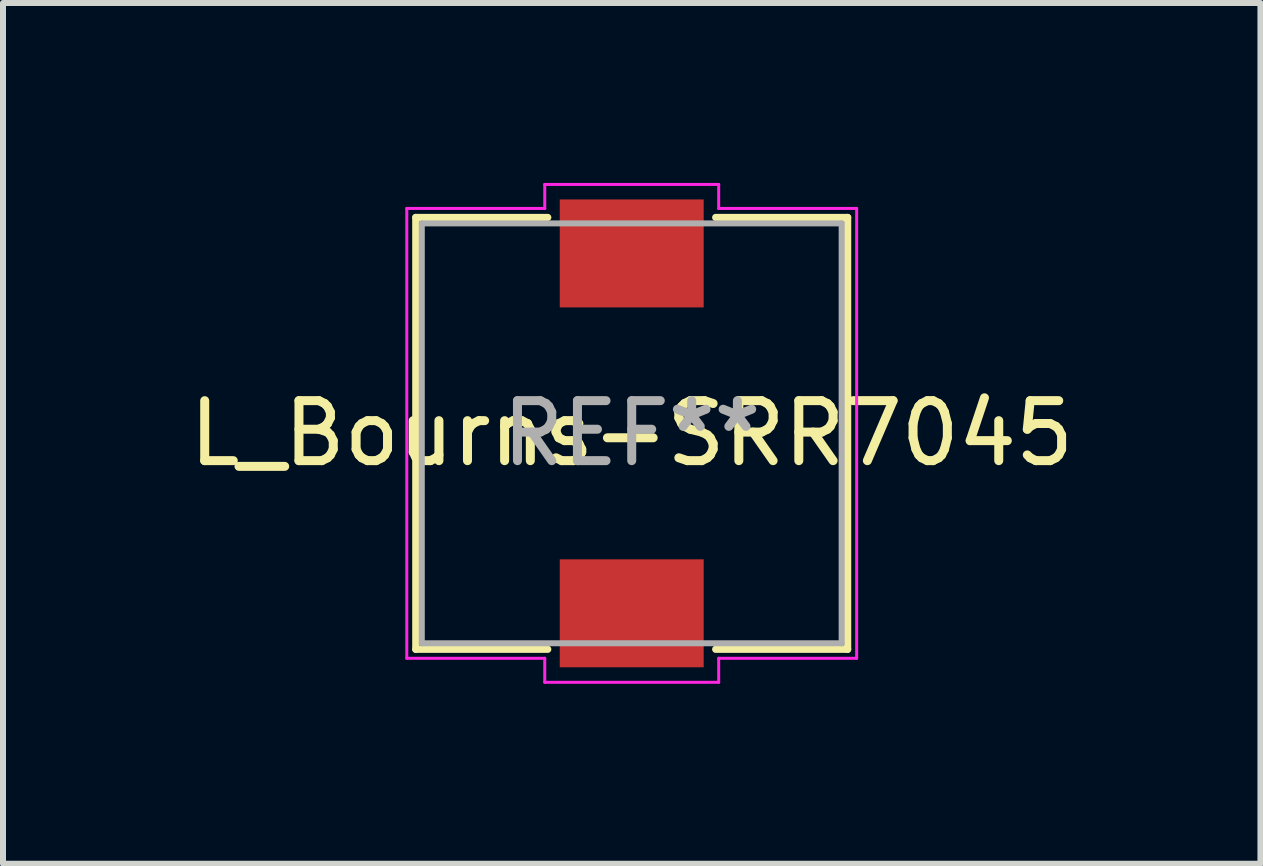
<source format=kicad_pcb>
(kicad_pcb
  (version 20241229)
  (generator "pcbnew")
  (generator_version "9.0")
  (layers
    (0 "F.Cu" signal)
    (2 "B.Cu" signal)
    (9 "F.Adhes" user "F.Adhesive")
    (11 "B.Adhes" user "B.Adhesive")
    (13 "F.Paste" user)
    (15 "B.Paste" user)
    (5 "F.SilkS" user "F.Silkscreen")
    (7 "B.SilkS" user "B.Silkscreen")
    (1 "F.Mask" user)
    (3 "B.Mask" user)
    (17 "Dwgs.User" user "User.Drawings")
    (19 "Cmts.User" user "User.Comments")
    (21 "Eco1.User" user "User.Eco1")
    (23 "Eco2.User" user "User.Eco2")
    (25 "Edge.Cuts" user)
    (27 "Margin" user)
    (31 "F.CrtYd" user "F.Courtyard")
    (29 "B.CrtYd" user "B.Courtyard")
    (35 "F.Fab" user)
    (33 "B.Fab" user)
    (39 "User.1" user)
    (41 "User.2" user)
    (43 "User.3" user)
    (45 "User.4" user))
  (footprint "L_Bourns-SRR7045"
    (layer "F.Cu")
    (at 7.482 4.175)
    (property "Reference" "L_Bourns-SRR7045" (at 0 0 0) (layer "F.SilkS") (effects (font (size 1 1) (thickness 0.15))))
    (attr smd)
    (fp_line (start -3.6 -3.6) (end -3.6 3.6) (stroke (width 0.12) (type solid)) (layer "F.SilkS"))
    (fp_line (start -3.6 -3.6) (end -1.4 -3.6) (stroke (width 0.12) (type solid)) (layer "F.SilkS"))
    (fp_line (start -3.6 3.6) (end -1.4 3.6) (stroke (width 0.12) (type solid)) (layer "F.SilkS"))
    (fp_line (start 1.4 3.6) (end 3.6 3.6) (stroke (width 0.12) (type solid)) (layer "F.SilkS"))
    (fp_line (start 3.6 -3.6) (end 1.4 -3.6) (stroke (width 0.12) (type solid)) (layer "F.SilkS"))
    (fp_line (start 3.6 3.6) (end 3.6 -3.6) (stroke (width 0.12) (type solid)) (layer "F.SilkS"))
    (fp_line (start -3.75 -3.75) (end -1.45 -3.75) (stroke (width 0.05) (type solid)) (layer "F.CrtYd"))
    (fp_line (start -3.75 3.75) (end -3.75 -3.75) (stroke (width 0.05) (type solid)) (layer "F.CrtYd"))
    (fp_line (start -1.45 -4.15) (end 1.45 -4.15) (stroke (width 0.05) (type solid)) (layer "F.CrtYd"))
    (fp_line (start -1.45 -3.75) (end -1.45 -4.15) (stroke (width 0.05) (type solid)) (layer "F.CrtYd"))
    (fp_line (start -1.45 3.75) (end -3.75 3.75) (stroke (width 0.05) (type solid)) (layer "F.CrtYd"))
    (fp_line (start -1.45 4.15) (end -1.45 3.75) (stroke (width 0.05) (type solid)) (layer "F.CrtYd"))
    (fp_line (start 1.45 -4.15) (end 1.45 -3.75) (stroke (width 0.05) (type solid)) (layer "F.CrtYd"))
    (fp_line (start 1.45 -3.75) (end 3.75 -3.75) (stroke (width 0.05) (type solid)) (layer "F.CrtYd"))
    (fp_line (start 1.45 3.75) (end 1.45 4.15) (stroke (width 0.05) (type solid)) (layer "F.CrtYd"))
    (fp_line (start 1.45 4.15) (end -1.45 4.15) (stroke (width 0.05) (type solid)) (layer "F.CrtYd"))
    (fp_line (start 3.75 -3.75) (end 3.75 3.75) (stroke (width 0.05) (type solid)) (layer "F.CrtYd"))
    (fp_line (start 3.75 3.75) (end 1.45 3.75) (stroke (width 0.05) (type solid)) (layer "F.CrtYd"))
    (fp_line (start -3.5 -3.5) (end 3.5 -3.5) (stroke (width 0.1) (type solid)) (layer "F.Fab"))
    (fp_line (start -3.5 3.5) (end -3.5 -3.5) (stroke (width 0.1) (type solid)) (layer "F.Fab"))
    (fp_line (start 3.5 -3.5) (end 3.5 3.5) (stroke (width 0.1) (type solid)) (layer "F.Fab"))
    (fp_line (start 3.5 3.5) (end -3.5 3.5) (stroke (width 0.1) (type solid)) (layer "F.Fab"))
    (fp_text user "REF**" (at 0 0 0) (layer "F.Fab") (effects (font (size 1 1) (thickness 0.15))))
    (pad "1" smd rect (at 0 -3) (size 2.4 1.8) (layers "F.Cu" "F.Mask" "F.Paste"))
    (pad "2" smd rect (at 0 3) (size 2.4 1.8) (layers "F.Cu" "F.Mask" "F.Paste")))
  (gr_rect
    (start -3 -3)
    (end 17.964 11.35)
    (stroke (width 0.1) (type default))
    (fill no)
    (layer "Edge.Cuts")))
</source>
